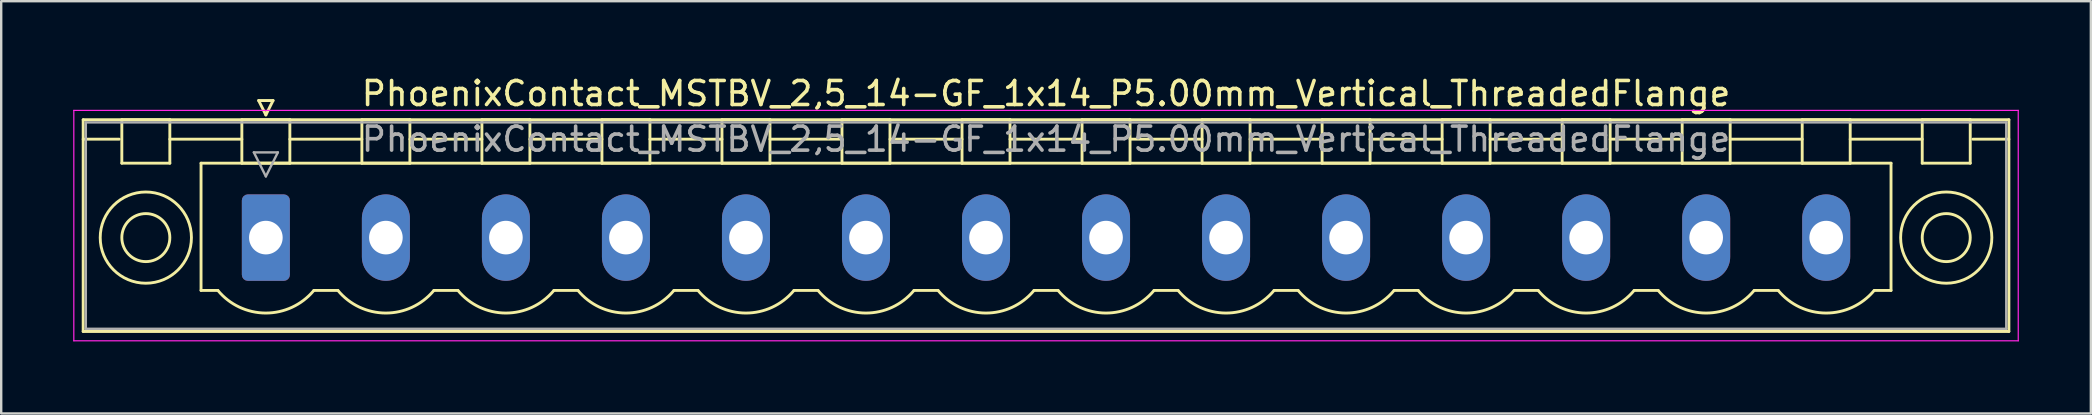
<source format=kicad_pcb>
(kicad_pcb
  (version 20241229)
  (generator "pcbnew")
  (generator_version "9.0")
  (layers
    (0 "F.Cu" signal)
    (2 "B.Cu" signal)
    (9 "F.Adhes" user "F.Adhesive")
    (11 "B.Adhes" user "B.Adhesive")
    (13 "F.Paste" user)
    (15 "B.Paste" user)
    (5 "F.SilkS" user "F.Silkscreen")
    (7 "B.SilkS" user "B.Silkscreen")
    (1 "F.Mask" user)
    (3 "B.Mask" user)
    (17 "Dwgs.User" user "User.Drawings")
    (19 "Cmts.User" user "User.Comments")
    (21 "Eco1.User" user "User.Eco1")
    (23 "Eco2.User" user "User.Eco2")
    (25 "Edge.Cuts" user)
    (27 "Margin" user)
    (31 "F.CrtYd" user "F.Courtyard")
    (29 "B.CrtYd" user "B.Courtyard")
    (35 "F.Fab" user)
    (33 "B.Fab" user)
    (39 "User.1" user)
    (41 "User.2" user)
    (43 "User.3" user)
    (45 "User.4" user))
  (footprint "PhoenixContact_MSTBV_2,5_14-GF_1x14_P5.00mm_Vertical_ThreadedFlange"
    (layer "F.Cu")
    (at 8.025 6.848)
    (property "Reference" "PhoenixContact_MSTBV_2,5_14-GF_1x14_P5.00mm_Vertical_ThreadedFlange" (at 32.5 -6 0) (layer "F.SilkS") (effects (font (size 1 1) (thickness 0.15))))
    (attr through_hole)
    (fp_line (start -7.61 -4.91) (end -7.61 3.91) (stroke (width 0.12) (type solid)) (layer "F.SilkS"))
    (fp_line (start -7.61 -4.1) (end -6.11 -4.1) (stroke (width 0.12) (type solid)) (layer "F.SilkS"))
    (fp_line (start -7.61 3.91) (end 72.61 3.91) (stroke (width 0.12) (type solid)) (layer "F.SilkS"))
    (fp_line (start -6 -4.91) (end -4 -4.91) (stroke (width 0.12) (type solid)) (layer "F.SilkS"))
    (fp_line (start -6 -3.1) (end -6 -4.91) (stroke (width 0.12) (type solid)) (layer "F.SilkS"))
    (fp_line (start -4 -4.91) (end -4 -3.1) (stroke (width 0.12) (type solid)) (layer "F.SilkS"))
    (fp_line (start -4 -4.1) (end -1 -4.1) (stroke (width 0.12) (type solid)) (layer "F.SilkS"))
    (fp_line (start -4 -3.1) (end -6 -3.1) (stroke (width 0.12) (type solid)) (layer "F.SilkS"))
    (fp_line (start -2.7 -3.1) (end 67.7 -3.1) (stroke (width 0.12) (type solid)) (layer "F.SilkS"))
    (fp_line (start -2.7 2.2) (end -2.7 -3.1) (stroke (width 0.12) (type solid)) (layer "F.SilkS"))
    (fp_line (start -2 2.2) (end -2.7 2.2) (stroke (width 0.12) (type solid)) (layer "F.SilkS"))
    (fp_line (start -1 -4.91) (end 1 -4.91) (stroke (width 0.12) (type solid)) (layer "F.SilkS"))
    (fp_line (start -1 -3.1) (end -1 -4.91) (stroke (width 0.12) (type solid)) (layer "F.SilkS"))
    (fp_line (start -0.3 -5.71) (end 0.3 -5.71) (stroke (width 0.12) (type solid)) (layer "F.SilkS"))
    (fp_line (start 0 -5.11) (end -0.3 -5.71) (stroke (width 0.12) (type solid)) (layer "F.SilkS"))
    (fp_line (start 0.3 -5.71) (end 0 -5.11) (stroke (width 0.12) (type solid)) (layer "F.SilkS"))
    (fp_line (start 1 -4.91) (end 1 -3.1) (stroke (width 0.12) (type solid)) (layer "F.SilkS"))
    (fp_line (start 1 -4.1) (end 4 -4.1) (stroke (width 0.12) (type solid)) (layer "F.SilkS"))
    (fp_line (start 1 -3.1) (end -1 -3.1) (stroke (width 0.12) (type solid)) (layer "F.SilkS"))
    (fp_line (start 2 2.2) (end 3 2.2) (stroke (width 0.12) (type solid)) (layer "F.SilkS"))
    (fp_line (start 4 -4.91) (end 6 -4.91) (stroke (width 0.12) (type solid)) (layer "F.SilkS"))
    (fp_line (start 4 -3.1) (end 4 -4.91) (stroke (width 0.12) (type solid)) (layer "F.SilkS"))
    (fp_line (start 6 -4.91) (end 6 -3.1) (stroke (width 0.12) (type solid)) (layer "F.SilkS"))
    (fp_line (start 6 -4.1) (end 9 -4.1) (stroke (width 0.12) (type solid)) (layer "F.SilkS"))
    (fp_line (start 6 -3.1) (end 4 -3.1) (stroke (width 0.12) (type solid)) (layer "F.SilkS"))
    (fp_line (start 7 2.2) (end 8 2.2) (stroke (width 0.12) (type solid)) (layer "F.SilkS"))
    (fp_line (start 9 -4.91) (end 11 -4.91) (stroke (width 0.12) (type solid)) (layer "F.SilkS"))
    (fp_line (start 9 -3.1) (end 9 -4.91) (stroke (width 0.12) (type solid)) (layer "F.SilkS"))
    (fp_line (start 11 -4.91) (end 11 -3.1) (stroke (width 0.12) (type solid)) (layer "F.SilkS"))
    (fp_line (start 11 -4.1) (end 14 -4.1) (stroke (width 0.12) (type solid)) (layer "F.SilkS"))
    (fp_line (start 11 -3.1) (end 9 -3.1) (stroke (width 0.12) (type solid)) (layer "F.SilkS"))
    (fp_line (start 12 2.2) (end 13 2.2) (stroke (width 0.12) (type solid)) (layer "F.SilkS"))
    (fp_line (start 14 -4.91) (end 16 -4.91) (stroke (width 0.12) (type solid)) (layer "F.SilkS"))
    (fp_line (start 14 -3.1) (end 14 -4.91) (stroke (width 0.12) (type solid)) (layer "F.SilkS"))
    (fp_line (start 16 -4.91) (end 16 -3.1) (stroke (width 0.12) (type solid)) (layer "F.SilkS"))
    (fp_line (start 16 -4.1) (end 19 -4.1) (stroke (width 0.12) (type solid)) (layer "F.SilkS"))
    (fp_line (start 16 -3.1) (end 14 -3.1) (stroke (width 0.12) (type solid)) (layer "F.SilkS"))
    (fp_line (start 17 2.2) (end 18 2.2) (stroke (width 0.12) (type solid)) (layer "F.SilkS"))
    (fp_line (start 19 -4.91) (end 21 -4.91) (stroke (width 0.12) (type solid)) (layer "F.SilkS"))
    (fp_line (start 19 -3.1) (end 19 -4.91) (stroke (width 0.12) (type solid)) (layer "F.SilkS"))
    (fp_line (start 21 -4.91) (end 21 -3.1) (stroke (width 0.12) (type solid)) (layer "F.SilkS"))
    (fp_line (start 21 -4.1) (end 24 -4.1) (stroke (width 0.12) (type solid)) (layer "F.SilkS"))
    (fp_line (start 21 -3.1) (end 19 -3.1) (stroke (width 0.12) (type solid)) (layer "F.SilkS"))
    (fp_line (start 22 2.2) (end 23 2.2) (stroke (width 0.12) (type solid)) (layer "F.SilkS"))
    (fp_line (start 24 -4.91) (end 26 -4.91) (stroke (width 0.12) (type solid)) (layer "F.SilkS"))
    (fp_line (start 24 -3.1) (end 24 -4.91) (stroke (width 0.12) (type solid)) (layer "F.SilkS"))
    (fp_line (start 26 -4.91) (end 26 -3.1) (stroke (width 0.12) (type solid)) (layer "F.SilkS"))
    (fp_line (start 26 -4.1) (end 29 -4.1) (stroke (width 0.12) (type solid)) (layer "F.SilkS"))
    (fp_line (start 26 -3.1) (end 24 -3.1) (stroke (width 0.12) (type solid)) (layer "F.SilkS"))
    (fp_line (start 27 2.2) (end 28 2.2) (stroke (width 0.12) (type solid)) (layer "F.SilkS"))
    (fp_line (start 29 -4.91) (end 31 -4.91) (stroke (width 0.12) (type solid)) (layer "F.SilkS"))
    (fp_line (start 29 -3.1) (end 29 -4.91) (stroke (width 0.12) (type solid)) (layer "F.SilkS"))
    (fp_line (start 31 -4.91) (end 31 -3.1) (stroke (width 0.12) (type solid)) (layer "F.SilkS"))
    (fp_line (start 31 -4.1) (end 34 -4.1) (stroke (width 0.12) (type solid)) (layer "F.SilkS"))
    (fp_line (start 31 -3.1) (end 29 -3.1) (stroke (width 0.12) (type solid)) (layer "F.SilkS"))
    (fp_line (start 32 2.2) (end 33 2.2) (stroke (width 0.12) (type solid)) (layer "F.SilkS"))
    (fp_line (start 34 -4.91) (end 36 -4.91) (stroke (width 0.12) (type solid)) (layer "F.SilkS"))
    (fp_line (start 34 -3.1) (end 34 -4.91) (stroke (width 0.12) (type solid)) (layer "F.SilkS"))
    (fp_line (start 36 -4.91) (end 36 -3.1) (stroke (width 0.12) (type solid)) (layer "F.SilkS"))
    (fp_line (start 36 -4.1) (end 39 -4.1) (stroke (width 0.12) (type solid)) (layer "F.SilkS"))
    (fp_line (start 36 -3.1) (end 34 -3.1) (stroke (width 0.12) (type solid)) (layer "F.SilkS"))
    (fp_line (start 37 2.2) (end 38 2.2) (stroke (width 0.12) (type solid)) (layer "F.SilkS"))
    (fp_line (start 39 -4.91) (end 41 -4.91) (stroke (width 0.12) (type solid)) (layer "F.SilkS"))
    (fp_line (start 39 -3.1) (end 39 -4.91) (stroke (width 0.12) (type solid)) (layer "F.SilkS"))
    (fp_line (start 41 -4.91) (end 41 -3.1) (stroke (width 0.12) (type solid)) (layer "F.SilkS"))
    (fp_line (start 41 -4.1) (end 44 -4.1) (stroke (width 0.12) (type solid)) (layer "F.SilkS"))
    (fp_line (start 41 -3.1) (end 39 -3.1) (stroke (width 0.12) (type solid)) (layer "F.SilkS"))
    (fp_line (start 42 2.2) (end 43 2.2) (stroke (width 0.12) (type solid)) (layer "F.SilkS"))
    (fp_line (start 44 -4.91) (end 46 -4.91) (stroke (width 0.12) (type solid)) (layer "F.SilkS"))
    (fp_line (start 44 -3.1) (end 44 -4.91) (stroke (width 0.12) (type solid)) (layer "F.SilkS"))
    (fp_line (start 46 -4.91) (end 46 -3.1) (stroke (width 0.12) (type solid)) (layer "F.SilkS"))
    (fp_line (start 46 -4.1) (end 49 -4.1) (stroke (width 0.12) (type solid)) (layer "F.SilkS"))
    (fp_line (start 46 -3.1) (end 44 -3.1) (stroke (width 0.12) (type solid)) (layer "F.SilkS"))
    (fp_line (start 47 2.2) (end 48 2.2) (stroke (width 0.12) (type solid)) (layer "F.SilkS"))
    (fp_line (start 49 -4.91) (end 51 -4.91) (stroke (width 0.12) (type solid)) (layer "F.SilkS"))
    (fp_line (start 49 -3.1) (end 49 -4.91) (stroke (width 0.12) (type solid)) (layer "F.SilkS"))
    (fp_line (start 51 -4.91) (end 51 -3.1) (stroke (width 0.12) (type solid)) (layer "F.SilkS"))
    (fp_line (start 51 -4.1) (end 54 -4.1) (stroke (width 0.12) (type solid)) (layer "F.SilkS"))
    (fp_line (start 51 -3.1) (end 49 -3.1) (stroke (width 0.12) (type solid)) (layer "F.SilkS"))
    (fp_line (start 52 2.2) (end 53 2.2) (stroke (width 0.12) (type solid)) (layer "F.SilkS"))
    (fp_line (start 54 -4.91) (end 56 -4.91) (stroke (width 0.12) (type solid)) (layer "F.SilkS"))
    (fp_line (start 54 -3.1) (end 54 -4.91) (stroke (width 0.12) (type solid)) (layer "F.SilkS"))
    (fp_line (start 56 -4.91) (end 56 -3.1) (stroke (width 0.12) (type solid)) (layer "F.SilkS"))
    (fp_line (start 56 -4.1) (end 59 -4.1) (stroke (width 0.12) (type solid)) (layer "F.SilkS"))
    (fp_line (start 56 -3.1) (end 54 -3.1) (stroke (width 0.12) (type solid)) (layer "F.SilkS"))
    (fp_line (start 57 2.2) (end 58 2.2) (stroke (width 0.12) (type solid)) (layer "F.SilkS"))
    (fp_line (start 59 -4.91) (end 61 -4.91) (stroke (width 0.12) (type solid)) (layer "F.SilkS"))
    (fp_line (start 59 -3.1) (end 59 -4.91) (stroke (width 0.12) (type solid)) (layer "F.SilkS"))
    (fp_line (start 61 -4.91) (end 61 -3.1) (stroke (width 0.12) (type solid)) (layer "F.SilkS"))
    (fp_line (start 61 -4.1) (end 64 -4.1) (stroke (width 0.12) (type solid)) (layer "F.SilkS"))
    (fp_line (start 61 -3.1) (end 59 -3.1) (stroke (width 0.12) (type solid)) (layer "F.SilkS"))
    (fp_line (start 62 2.2) (end 63 2.2) (stroke (width 0.12) (type solid)) (layer "F.SilkS"))
    (fp_line (start 64 -4.91) (end 66 -4.91) (stroke (width 0.12) (type solid)) (layer "F.SilkS"))
    (fp_line (start 64 -3.1) (end 64 -4.91) (stroke (width 0.12) (type solid)) (layer "F.SilkS"))
    (fp_line (start 66 -4.91) (end 66 -3.1) (stroke (width 0.12) (type solid)) (layer "F.SilkS"))
    (fp_line (start 66 -4.1) (end 69 -4.1) (stroke (width 0.12) (type solid)) (layer "F.SilkS"))
    (fp_line (start 66 -3.1) (end 64 -3.1) (stroke (width 0.12) (type solid)) (layer "F.SilkS"))
    (fp_line (start 67.7 -3.1) (end 67.7 2.2) (stroke (width 0.12) (type solid)) (layer "F.SilkS"))
    (fp_line (start 67.7 2.2) (end 67 2.2) (stroke (width 0.12) (type solid)) (layer "F.SilkS"))
    (fp_line (start 69 -4.91) (end 71 -4.91) (stroke (width 0.12) (type solid)) (layer "F.SilkS"))
    (fp_line (start 69 -3.1) (end 69 -4.91) (stroke (width 0.12) (type solid)) (layer "F.SilkS"))
    (fp_line (start 71 -4.91) (end 71 -3.1) (stroke (width 0.12) (type solid)) (layer "F.SilkS"))
    (fp_line (start 71 -3.1) (end 69 -3.1) (stroke (width 0.12) (type solid)) (layer "F.SilkS"))
    (fp_line (start 72.61 -4.91) (end -7.61 -4.91) (stroke (width 0.12) (type solid)) (layer "F.SilkS"))
    (fp_line (start 72.61 -4.1) (end 71.11 -4.1) (stroke (width 0.12) (type solid)) (layer "F.SilkS"))
    (fp_line (start 72.61 3.91) (end 72.61 -4.91) (stroke (width 0.12) (type solid)) (layer "F.SilkS"))
    (fp_arc (start 1.986842 2.215821) (mid -0.010289 3.142758) (end -2 2.2) (stroke (width 0.12) (type solid)) (layer "F.SilkS"))
    (fp_arc (start 6.986842 2.215821) (mid 4.989711 3.142758) (end 3 2.2) (stroke (width 0.12) (type solid)) (layer "F.SilkS"))
    (fp_arc (start 11.986842 2.215821) (mid 9.989711 3.142758) (end 8 2.2) (stroke (width 0.12) (type solid)) (layer "F.SilkS"))
    (fp_arc (start 16.986842 2.215821) (mid 14.989711 3.142758) (end 13 2.2) (stroke (width 0.12) (type solid)) (layer "F.SilkS"))
    (fp_arc (start 21.986842 2.215821) (mid 19.989711 3.142758) (end 18 2.2) (stroke (width 0.12) (type solid)) (layer "F.SilkS"))
    (fp_arc (start 26.986842 2.215821) (mid 24.989711 3.142758) (end 23 2.2) (stroke (width 0.12) (type solid)) (layer "F.SilkS"))
    (fp_arc (start 31.986842 2.215821) (mid 29.989711 3.142758) (end 28 2.2) (stroke (width 0.12) (type solid)) (layer "F.SilkS"))
    (fp_arc (start 36.986842 2.215821) (mid 34.989711 3.142758) (end 33 2.2) (stroke (width 0.12) (type solid)) (layer "F.SilkS"))
    (fp_arc (start 41.986842 2.215821) (mid 39.989711 3.142758) (end 38 2.2) (stroke (width 0.12) (type solid)) (layer "F.SilkS"))
    (fp_arc (start 46.986842 2.215821) (mid 44.989711 3.142758) (end 43 2.2) (stroke (width 0.12) (type solid)) (layer "F.SilkS"))
    (fp_arc (start 51.986842 2.215821) (mid 49.989711 3.142758) (end 48 2.2) (stroke (width 0.12) (type solid)) (layer "F.SilkS"))
    (fp_arc (start 56.986842 2.215821) (mid 54.989711 3.142758) (end 53 2.2) (stroke (width 0.12) (type solid)) (layer "F.SilkS"))
    (fp_arc (start 61.986842 2.215821) (mid 59.989711 3.142758) (end 58 2.2) (stroke (width 0.12) (type solid)) (layer "F.SilkS"))
    (fp_arc (start 66.986842 2.215821) (mid 64.989711 3.142758) (end 63 2.2) (stroke (width 0.12) (type solid)) (layer "F.SilkS"))
    (fp_circle (center -5 0) (end -4 0) (stroke (width 0.12) (type solid)) (fill no) (layer "F.SilkS"))
    (fp_circle (center -5 0) (end -3.1 0) (stroke (width 0.12) (type solid)) (fill no) (layer "F.SilkS"))
    (fp_circle (center 70 0) (end 71 0) (stroke (width 0.12) (type solid)) (fill no) (layer "F.SilkS"))
    (fp_circle (center 70 0) (end 71.9 0) (stroke (width 0.12) (type solid)) (fill no) (layer "F.SilkS"))
    (fp_line (start -8 -5.3) (end -8 4.3) (stroke (width 0.05) (type solid)) (layer "F.CrtYd"))
    (fp_line (start -8 4.3) (end 73 4.3) (stroke (width 0.05) (type solid)) (layer "F.CrtYd"))
    (fp_line (start 73 -5.3) (end -8 -5.3) (stroke (width 0.05) (type solid)) (layer "F.CrtYd"))
    (fp_line (start 73 4.3) (end 73 -5.3) (stroke (width 0.05) (type solid)) (layer "F.CrtYd"))
    (fp_line (start -7.5 -4.8) (end -7.5 3.8) (stroke (width 0.1) (type solid)) (layer "F.Fab"))
    (fp_line (start -7.5 3.8) (end 72.5 3.8) (stroke (width 0.1) (type solid)) (layer "F.Fab"))
    (fp_line (start -0.5 -3.55) (end 0.5 -3.55) (stroke (width 0.1) (type solid)) (layer "F.Fab"))
    (fp_line (start 0 -2.55) (end -0.5 -3.55) (stroke (width 0.1) (type solid)) (layer "F.Fab"))
    (fp_line (start 0.5 -3.55) (end 0 -2.55) (stroke (width 0.1) (type solid)) (layer "F.Fab"))
    (fp_line (start 72.5 -4.8) (end -7.5 -4.8) (stroke (width 0.1) (type solid)) (layer "F.Fab"))
    (fp_line (start 72.5 3.8) (end 72.5 -4.8) (stroke (width 0.1) (type solid)) (layer "F.Fab"))
    (fp_text user "${REFERENCE}" (at 32.5 -4.1 0) (layer "F.Fab") (effects (font (size 1 1) (thickness 0.15))))
    (pad "1" thru_hole roundrect (at 0 0) (size 2 3.6) (drill 1.4) (layers "*.Cu" "*.Mask") (roundrect_rratio 0.125))
    (pad "2" thru_hole oval (at 5 0) (size 2 3.6) (drill 1.4) (layers "*.Cu" "*.Mask"))
    (pad "3" thru_hole oval (at 10 0) (size 2 3.6) (drill 1.4) (layers "*.Cu" "*.Mask"))
    (pad "4" thru_hole oval (at 15 0) (size 2 3.6) (drill 1.4) (layers "*.Cu" "*.Mask"))
    (pad "5" thru_hole oval (at 20 0) (size 2 3.6) (drill 1.4) (layers "*.Cu" "*.Mask"))
    (pad "6" thru_hole oval (at 25 0) (size 2 3.6) (drill 1.4) (layers "*.Cu" "*.Mask"))
    (pad "7" thru_hole oval (at 30 0) (size 2 3.6) (drill 1.4) (layers "*.Cu" "*.Mask"))
    (pad "8" thru_hole oval (at 35 0) (size 2 3.6) (drill 1.4) (layers "*.Cu" "*.Mask"))
    (pad "9" thru_hole oval (at 40 0) (size 2 3.6) (drill 1.4) (layers "*.Cu" "*.Mask"))
    (pad "10" thru_hole oval (at 45 0) (size 2 3.6) (drill 1.4) (layers "*.Cu" "*.Mask"))
    (pad "11" thru_hole oval (at 50 0) (size 2 3.6) (drill 1.4) (layers "*.Cu" "*.Mask"))
    (pad "12" thru_hole oval (at 55 0) (size 2 3.6) (drill 1.4) (layers "*.Cu" "*.Mask"))
    (pad "13" thru_hole oval (at 60 0) (size 2 3.6) (drill 1.4) (layers "*.Cu" "*.Mask"))
    (pad "14" thru_hole oval (at 65 0) (size 2 3.6) (drill 1.4) (layers "*.Cu" "*.Mask")))
  (gr_rect
    (start -3 -3)
    (end 84.05 14.173)
    (stroke (width 0.1) (type default))
    (fill no)
    (layer "Edge.Cuts")))
</source>
